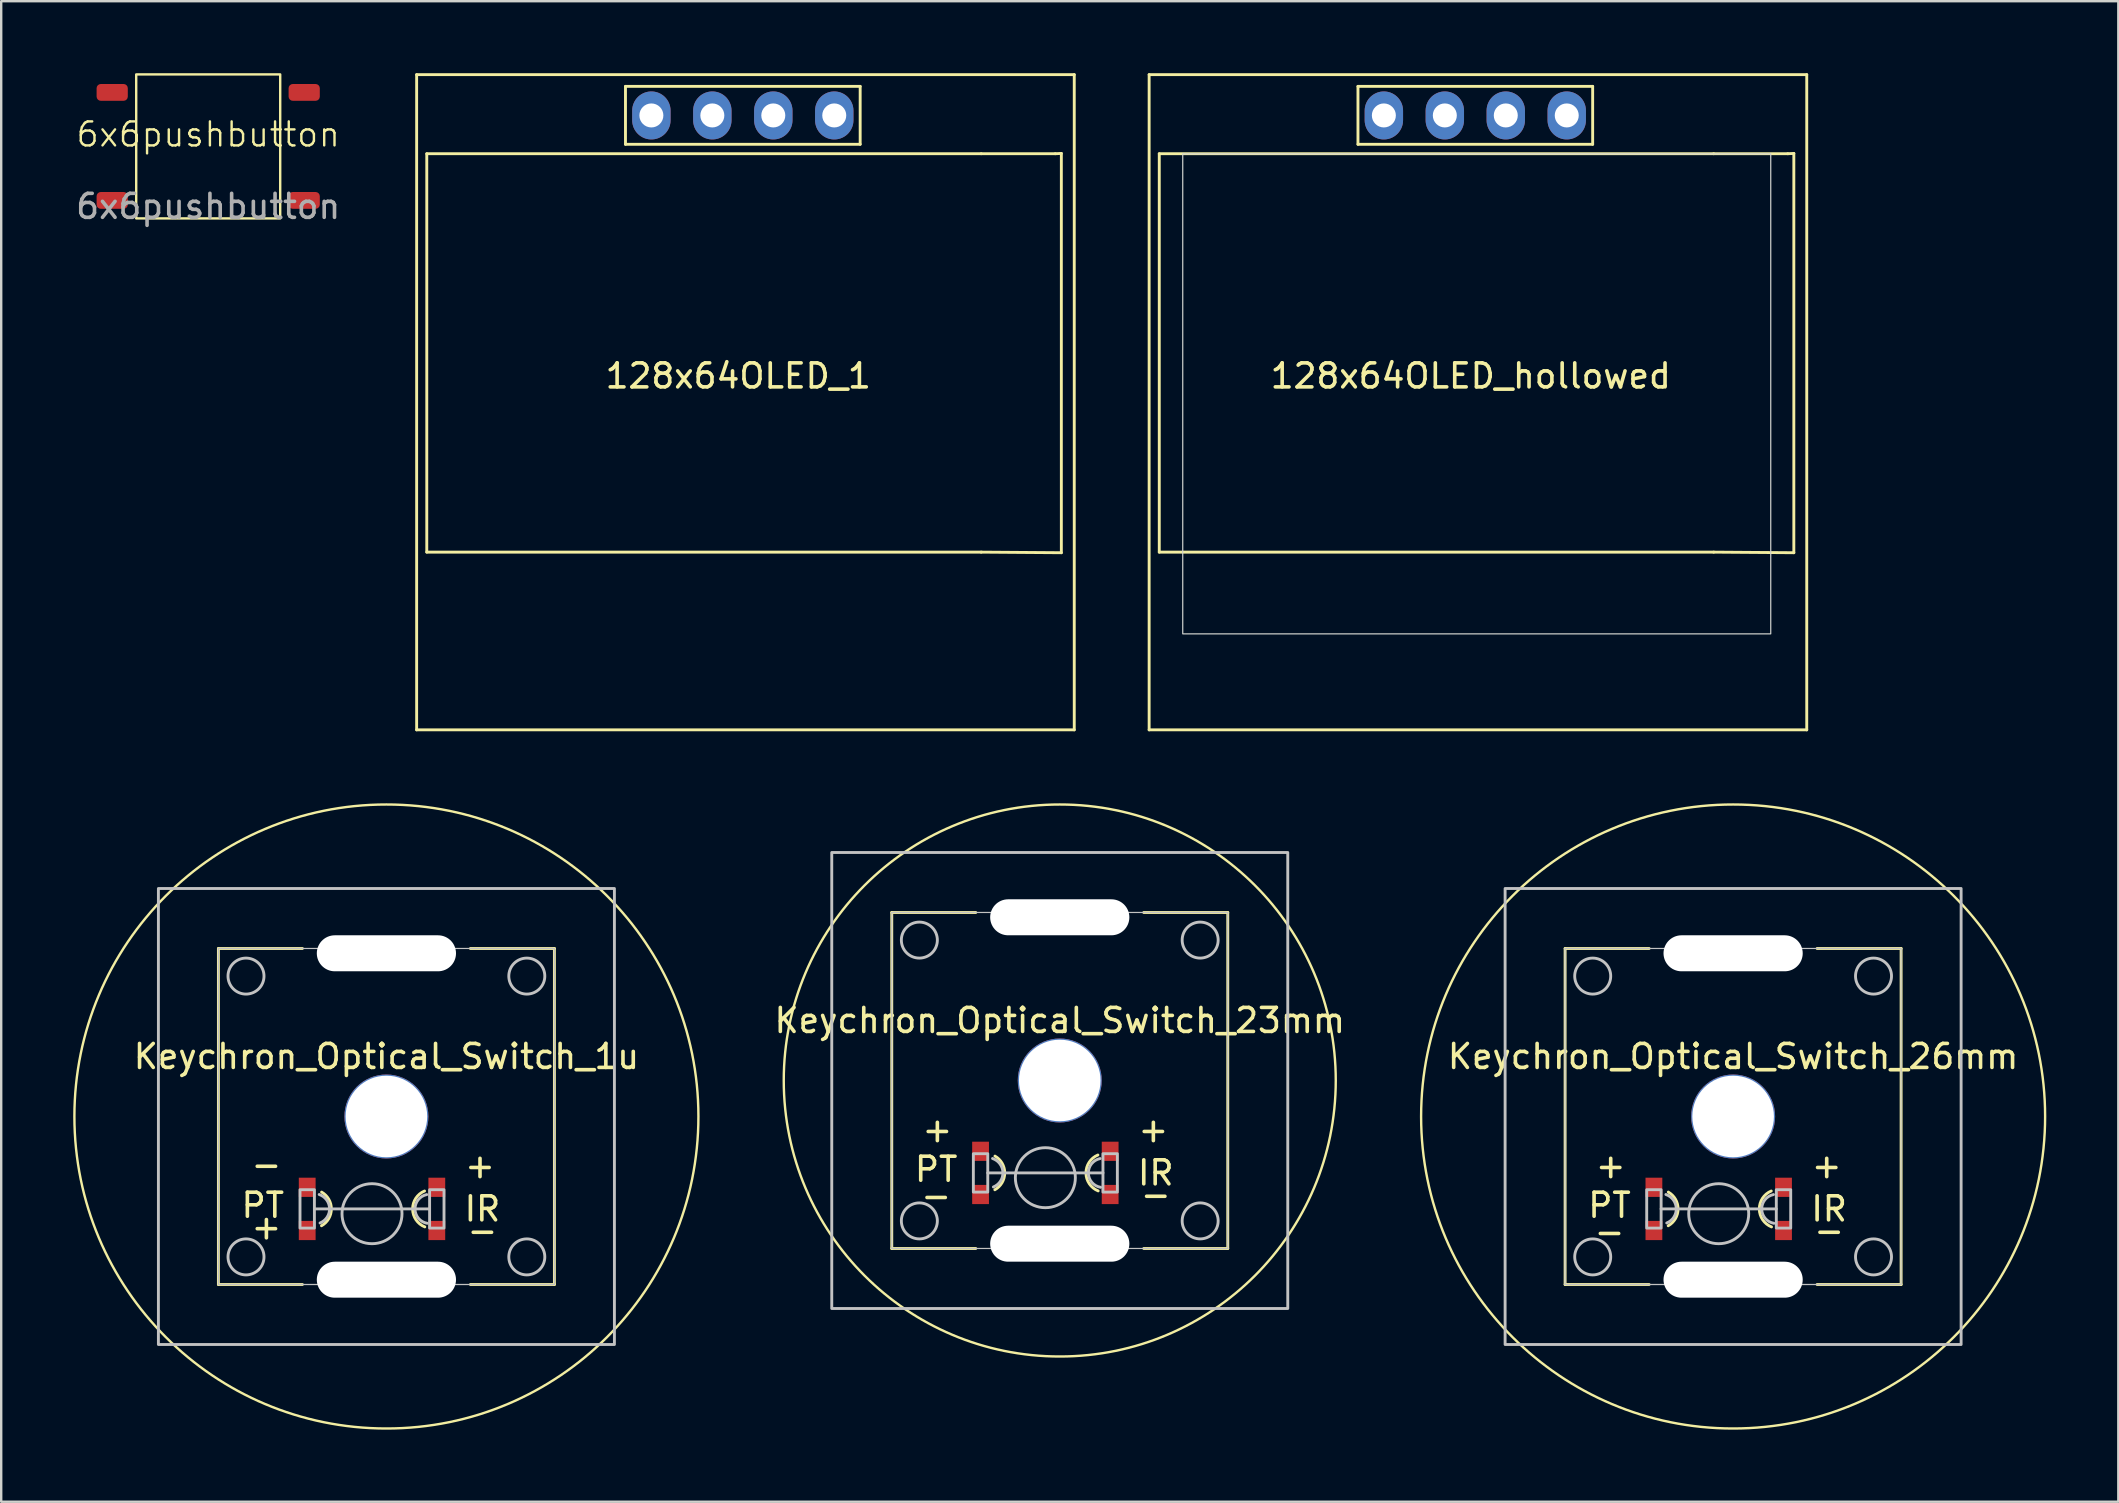
<source format=kicad_pcb>
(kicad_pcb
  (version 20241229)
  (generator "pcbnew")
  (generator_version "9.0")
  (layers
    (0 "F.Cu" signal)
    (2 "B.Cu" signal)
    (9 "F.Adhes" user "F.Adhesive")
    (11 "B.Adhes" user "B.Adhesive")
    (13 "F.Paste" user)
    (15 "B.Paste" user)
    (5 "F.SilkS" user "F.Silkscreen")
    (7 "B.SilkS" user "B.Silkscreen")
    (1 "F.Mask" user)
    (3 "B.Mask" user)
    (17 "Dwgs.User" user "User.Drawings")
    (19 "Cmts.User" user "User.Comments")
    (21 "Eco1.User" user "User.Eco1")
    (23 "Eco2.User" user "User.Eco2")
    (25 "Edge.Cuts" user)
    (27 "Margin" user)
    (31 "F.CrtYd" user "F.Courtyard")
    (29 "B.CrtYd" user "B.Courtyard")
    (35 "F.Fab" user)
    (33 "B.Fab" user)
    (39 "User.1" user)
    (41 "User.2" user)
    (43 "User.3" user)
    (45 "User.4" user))
  (footprint "Keychron_Optical_Switch_23mm"
    (layer "F.Cu")
    (at 41.106 41.97)
    (property "Reference" "Keychron_Optical_Switch_23mm" (at 0 -2.5 0) (unlocked yes) (layer "F.SilkS") (effects (font (size 1 1) (thickness 0.15))))
    (fp_line (start -7 -7) (end -7 7) (stroke (width 0.12) (type solid)) (layer "F.SilkS"))
    (fp_line (start -7 -7) (end -3.5 -7) (stroke (width 0.12) (type solid)) (layer "F.SilkS"))
    (fp_line (start -7 7) (end -3.5 7) (stroke (width 0.12) (type solid)) (layer "F.SilkS"))
    (fp_line (start 7 -7) (end 3.5 -7) (stroke (width 0.12) (type solid)) (layer "F.SilkS"))
    (fp_line (start 7 7) (end 3.5 7) (stroke (width 0.12) (type solid)) (layer "F.SilkS"))
    (fp_line (start 7 7) (end 7 -7) (stroke (width 0.12) (type solid)) (layer "F.SilkS"))
    (fp_arc (start -2.7 3.150001) (mid -2.29378 3.852724) (end -2.704739 4.552686) (stroke (width 0.12) (type solid)) (layer "F.SilkS"))
    (fp_arc (start 1.6 4.599999) (mid 1.092247 3.855769) (end 1.589318 3.104362) (stroke (width 0.12) (type solid)) (layer "F.SilkS"))
    (fp_circle (center 0 0) (end 11.5 0) (stroke (width 0.1) (type default)) (fill no) (layer "F.SilkS"))
    (fp_line (start -7 -7) (end 7 -7) (stroke (width 0.05) (type solid)) (layer "Dwgs.User"))
    (fp_line (start -7 7) (end -7 -7) (stroke (width 0.05) (type solid)) (layer "Dwgs.User"))
    (fp_line (start 1.8 3.85) (end -3 3.85) (stroke (width 0.12) (type solid)) (layer "Dwgs.User"))
    (fp_line (start 7 -7) (end 7 7) (stroke (width 0.05) (type solid)) (layer "Dwgs.User"))
    (fp_line (start 7 7) (end -7 7) (stroke (width 0.05) (type solid)) (layer "Dwgs.User"))
    (fp_rect (start -9.5 9.5) (end 9.5 -9.5) (stroke (width 0.12) (type solid)) (fill no) (layer "Dwgs.User"))
    (fp_rect (start -3 3.05) (end -3.6 4.65) (stroke (width 0.12) (type solid)) (fill no) (layer "Dwgs.User"))
    (fp_rect (start 2.4 3.05) (end 1.8 4.65) (stroke (width 0.12) (type solid)) (fill no) (layer "Dwgs.User"))
    (fp_arc (start -2.8 3.250001) (mid -2.367818 3.831423) (end -2.765112 4.43722) (stroke (width 0.12) (type solid)) (layer "Dwgs.User"))
    (fp_arc (start 1.7 4.45) (mid 1.191803 3.859807) (end 1.680707 3.253536) (stroke (width 0.12) (type solid)) (layer "Dwgs.User"))
    (fp_circle (center -5.85 -5.85) (end -5.1 -5.85) (stroke (width 0.12) (type solid)) (fill no) (layer "Dwgs.User"))
    (fp_circle (center -5.85 5.85) (end -5.1 5.85) (stroke (width 0.12) (type solid)) (fill no) (layer "Dwgs.User"))
    (fp_circle (center -0.6 4.05) (end 0.65 4.05) (stroke (width 0.12) (type solid)) (fill no) (layer "Dwgs.User"))
    (fp_circle (center 5.85 -5.85) (end 6.6 -5.85) (stroke (width 0.12) (type solid)) (fill no) (layer "Dwgs.User"))
    (fp_circle (center 5.85 5.85) (end 6.6 5.85) (stroke (width 0.12) (type solid)) (fill no) (layer "Dwgs.User"))
    (fp_rect (start -0.8 -5.55) (end 0.8 -4.05) (stroke (width 0.12) (type solid)) (fill no) (layer "User.2"))
    (fp_circle (center 0 -4.8) (end 0.75 -4.8) (stroke (width 0.12) (type solid)) (fill no) (layer "User.2"))
    (fp_text user "PT" (at -5.15 3.7 0) (unlocked yes) (layer "F.SilkS") (effects (font (size 1 1) (thickness 0.15))))
    (fp_text user "-" (at -5.15 4.8 0) (unlocked yes) (layer "F.SilkS") (effects (font (size 1 1) (thickness 0.15))))
    (fp_text user "-" (at 4 4.75 0) (unlocked yes) (layer "F.SilkS") (effects (font (size 1 1) (thickness 0.15))))
    (fp_text user "+" (at 3.9 2.05 0) (unlocked yes) (layer "F.SilkS") (effects (font (size 1 1) (thickness 0.15))))
    (fp_text user "IR" (at 4 3.85 0) (unlocked yes) (layer "F.SilkS") (effects (font (size 1 1) (thickness 0.15))))
    (fp_text user "+" (at -5.1 2.05 0) (unlocked yes) (layer "F.SilkS") (effects (font (size 1 1) (thickness 0.15))))
    (pad "" np_thru_hole oval (at 0 -6.8) (size 5.8 1.5) (drill oval 5.8 1.5) (layers "*.Cu" "*.Mask"))
    (pad "" np_thru_hole circle (at 0 0) (size 3.5 3.5) (drill 3.4) (layers "*.Cu" "*.Mask"))
    (pad "" np_thru_hole oval (at 0 6.8) (size 5.8 1.5) (drill oval 5.8 1.5) (layers "*.Cu" "*.Mask"))
    (pad "1" smd rect (at 2.1 2.95) (size 0.7 0.8) (layers "F.Cu" "F.Mask" "F.Paste"))
    (pad "2" smd rect (at 2.1 4.75) (size 0.7 0.8) (layers "F.Cu" "F.Mask" "F.Paste"))
    (pad "3" smd rect (at -3.3 4.75) (size 0.7 0.8) (layers "F.Cu" "F.Mask" "F.Paste"))
    (pad "4" smd rect (at -3.3 2.95) (size 0.7 0.8) (layers "F.Cu" "F.Mask" "F.Paste")))
  (footprint "128x64OLED_hollowed"
    (layer "F.Cu")
    (at 58.23 12.36)
    (property "Reference" "128x64OLED_hollowed" (at 0 0.254 0) (layer "F.SilkS") (effects (font (size 1 1) (thickness 0.15))))
    (attr through_hole)
    (fp_line (start -13.4 -12.3) (end 14 -12.3) (stroke (width 0.12) (type solid)) (layer "F.SilkS"))
    (fp_line (start -13.4 15) (end -13.4 -12.3) (stroke (width 0.12) (type solid)) (layer "F.SilkS"))
    (fp_line (start -12.978 -9.005) (end 10.122 -9.005) (stroke (width 0.12) (type solid)) (layer "F.SilkS"))
    (fp_line (start -12.978 7.595) (end -12.978 -9.005) (stroke (width 0.12) (type solid)) (layer "F.SilkS"))
    (fp_line (start -4.699 -11.811) (end -4.699 -9.398) (stroke (width 0.12) (type solid)) (layer "F.SilkS"))
    (fp_line (start -4.699 -11.811) (end 5.08 -11.811) (stroke (width 0.12) (type solid)) (layer "F.SilkS"))
    (fp_line (start 5.08 -11.811) (end 5.08 -9.398) (stroke (width 0.12) (type solid)) (layer "F.SilkS"))
    (fp_line (start 5.08 -9.398) (end -4.699 -9.398) (stroke (width 0.12) (type solid)) (layer "F.SilkS"))
    (fp_line (start 10.122 -9.005) (end 13.208 -9.005) (stroke (width 0.12) (type solid)) (layer "F.SilkS"))
    (fp_line (start 10.122 7.595) (end -12.978 7.595) (stroke (width 0.12) (type solid)) (layer "F.SilkS"))
    (fp_line (start 10.122 7.595) (end 13.462 7.62) (stroke (width 0.12) (type solid)) (layer "F.SilkS"))
    (fp_line (start 13.462 -9.017) (end 13.208 -9.005) (stroke (width 0.12) (type solid)) (layer "F.SilkS"))
    (fp_line (start 13.462 7.62) (end 13.462 -9.017) (stroke (width 0.12) (type solid)) (layer "F.SilkS"))
    (fp_line (start 14 -12.3) (end 14 15) (stroke (width 0.12) (type solid)) (layer "F.SilkS"))
    (fp_line (start 14 15) (end -13.4 15) (stroke (width 0.12) (type solid)) (layer "F.SilkS"))
    (fp_rect (start -12 -9) (end 12.5 11) (stroke (width 0.05) (type default)) (fill no) (layer "Edge.Cuts"))
    (pad "1" thru_hole oval (at -3.62 -10.6 90) (size 2 1.6) (drill 1) (layers "*.Cu" "*.Mask"))
    (pad "2" thru_hole oval (at -1.08 -10.6 90) (size 2 1.6) (drill 1) (layers "*.Cu" "*.Mask"))
    (pad "3" thru_hole oval (at 1.46 -10.6 90) (size 2 1.6) (drill 1) (layers "*.Cu" "*.Mask"))
    (pad "4" thru_hole oval (at 4 -10.6 90) (size 2 1.6) (drill 1) (layers "*.Cu" "*.Mask")))
  (footprint "Keychron_Optical_Switch_26mm"
    (layer "F.Cu")
    (at 69.162 43.47)
    (property "Reference" "Keychron_Optical_Switch_26mm" (at 0 -2.5 0) (unlocked yes) (layer "F.SilkS") (effects (font (size 1 1) (thickness 0.15))))
    (fp_line (start -7 -7) (end -7 7) (stroke (width 0.12) (type solid)) (layer "F.SilkS"))
    (fp_line (start -7 -7) (end -3.5 -7) (stroke (width 0.12) (type solid)) (layer "F.SilkS"))
    (fp_line (start -7 7) (end -3.5 7) (stroke (width 0.12) (type solid)) (layer "F.SilkS"))
    (fp_line (start 7 -7) (end 3.5 -7) (stroke (width 0.12) (type solid)) (layer "F.SilkS"))
    (fp_line (start 7 7) (end 3.5 7) (stroke (width 0.12) (type solid)) (layer "F.SilkS"))
    (fp_line (start 7 7) (end 7 -7) (stroke (width 0.12) (type solid)) (layer "F.SilkS"))
    (fp_arc (start -2.7 3.150001) (mid -2.29378 3.852724) (end -2.704739 4.552686) (stroke (width 0.12) (type solid)) (layer "F.SilkS"))
    (fp_arc (start 1.6 4.599999) (mid 1.092247 3.855769) (end 1.589318 3.104362) (stroke (width 0.12) (type solid)) (layer "F.SilkS"))
    (fp_circle (center 0 0) (end 13 0) (stroke (width 0.1) (type default)) (fill no) (layer "F.SilkS"))
    (fp_line (start -7 -7) (end 7 -7) (stroke (width 0.05) (type solid)) (layer "Dwgs.User"))
    (fp_line (start -7 7) (end -7 -7) (stroke (width 0.05) (type solid)) (layer "Dwgs.User"))
    (fp_line (start 1.8 3.85) (end -3 3.85) (stroke (width 0.12) (type solid)) (layer "Dwgs.User"))
    (fp_line (start 7 -7) (end 7 7) (stroke (width 0.05) (type solid)) (layer "Dwgs.User"))
    (fp_line (start 7 7) (end -7 7) (stroke (width 0.05) (type solid)) (layer "Dwgs.User"))
    (fp_rect (start -9.5 9.5) (end 9.5 -9.5) (stroke (width 0.12) (type solid)) (fill no) (layer "Dwgs.User"))
    (fp_rect (start -3 3.05) (end -3.6 4.65) (stroke (width 0.12) (type solid)) (fill no) (layer "Dwgs.User"))
    (fp_rect (start 2.4 3.05) (end 1.8 4.65) (stroke (width 0.12) (type solid)) (fill no) (layer "Dwgs.User"))
    (fp_arc (start -2.8 3.250001) (mid -2.367818 3.831423) (end -2.765112 4.43722) (stroke (width 0.12) (type solid)) (layer "Dwgs.User"))
    (fp_arc (start 1.7 4.45) (mid 1.191803 3.859807) (end 1.680707 3.253536) (stroke (width 0.12) (type solid)) (layer "Dwgs.User"))
    (fp_circle (center -5.85 -5.85) (end -5.1 -5.85) (stroke (width 0.12) (type solid)) (fill no) (layer "Dwgs.User"))
    (fp_circle (center -5.85 5.85) (end -5.1 5.85) (stroke (width 0.12) (type solid)) (fill no) (layer "Dwgs.User"))
    (fp_circle (center -0.6 4.05) (end 0.65 4.05) (stroke (width 0.12) (type solid)) (fill no) (layer "Dwgs.User"))
    (fp_circle (center 5.85 -5.85) (end 6.6 -5.85) (stroke (width 0.12) (type solid)) (fill no) (layer "Dwgs.User"))
    (fp_circle (center 5.85 5.85) (end 6.6 5.85) (stroke (width 0.12) (type solid)) (fill no) (layer "Dwgs.User"))
    (fp_rect (start -0.8 -5.55) (end 0.8 -4.05) (stroke (width 0.12) (type solid)) (fill no) (layer "User.2"))
    (fp_circle (center 0 -4.8) (end 0.75 -4.8) (stroke (width 0.12) (type solid)) (fill no) (layer "User.2"))
    (fp_text user "-" (at 4 4.75 0) (unlocked yes) (layer "F.SilkS") (effects (font (size 1 1) (thickness 0.15))))
    (fp_text user "+" (at -5.1 2.05 0) (unlocked yes) (layer "F.SilkS") (effects (font (size 1 1) (thickness 0.15))))
    (fp_text user "-" (at -5.15 4.8 0) (unlocked yes) (layer "F.SilkS") (effects (font (size 1 1) (thickness 0.15))))
    (fp_text user "PT" (at -5.15 3.7 0) (unlocked yes) (layer "F.SilkS") (effects (font (size 1 1) (thickness 0.15))))
    (fp_text user "+" (at 3.9 2.05 0) (unlocked yes) (layer "F.SilkS") (effects (font (size 1 1) (thickness 0.15))))
    (fp_text user "IR" (at 4 3.85 0) (unlocked yes) (layer "F.SilkS") (effects (font (size 1 1) (thickness 0.15))))
    (pad "" np_thru_hole oval (at 0 -6.8) (size 5.8 1.5) (drill oval 5.8 1.5) (layers "*.Cu" "*.Mask"))
    (pad "" np_thru_hole circle (at 0 0) (size 3.5 3.5) (drill 3.4) (layers "*.Cu" "*.Mask"))
    (pad "" np_thru_hole oval (at 0 6.8) (size 5.8 1.5) (drill oval 5.8 1.5) (layers "*.Cu" "*.Mask"))
    (pad "1" smd rect (at 2.1 2.95) (size 0.7 0.8) (layers "F.Cu" "F.Mask" "F.Paste"))
    (pad "2" smd rect (at 2.1 4.75) (size 0.7 0.8) (layers "F.Cu" "F.Mask" "F.Paste"))
    (pad "3" smd rect (at -3.3 4.75) (size 0.7 0.8) (layers "F.Cu" "F.Mask" "F.Paste"))
    (pad "4" smd rect (at -3.3 2.95) (size 0.7 0.8) (layers "F.Cu" "F.Mask" "F.Paste")))
  (footprint "128x64OLED_1"
    (layer "F.Cu")
    (at 27.71 12.36)
    (property "Reference" "128x64OLED_1" (at 0 0.254 0) (layer "F.SilkS") (effects (font (size 1 1) (thickness 0.15))))
    (attr through_hole)
    (fp_line (start -13.4 -12.3) (end 14 -12.3) (stroke (width 0.12) (type solid)) (layer "F.SilkS"))
    (fp_line (start -13.4 15) (end -13.4 -12.3) (stroke (width 0.12) (type solid)) (layer "F.SilkS"))
    (fp_line (start -12.978 -9.005) (end 10.122 -9.005) (stroke (width 0.12) (type solid)) (layer "F.SilkS"))
    (fp_line (start -12.978 7.595) (end -12.978 -9.005) (stroke (width 0.12) (type solid)) (layer "F.SilkS"))
    (fp_line (start -4.699 -11.811) (end -4.699 -9.398) (stroke (width 0.12) (type solid)) (layer "F.SilkS"))
    (fp_line (start -4.699 -11.811) (end 5.08 -11.811) (stroke (width 0.12) (type solid)) (layer "F.SilkS"))
    (fp_line (start 5.08 -11.811) (end 5.08 -9.398) (stroke (width 0.12) (type solid)) (layer "F.SilkS"))
    (fp_line (start 5.08 -9.398) (end -4.699 -9.398) (stroke (width 0.12) (type solid)) (layer "F.SilkS"))
    (fp_line (start 10.122 -9.005) (end 13.208 -9.005) (stroke (width 0.12) (type solid)) (layer "F.SilkS"))
    (fp_line (start 10.122 7.595) (end -12.978 7.595) (stroke (width 0.12) (type solid)) (layer "F.SilkS"))
    (fp_line (start 10.122 7.595) (end 13.462 7.62) (stroke (width 0.12) (type solid)) (layer "F.SilkS"))
    (fp_line (start 13.462 -9.017) (end 13.208 -9.005) (stroke (width 0.12) (type solid)) (layer "F.SilkS"))
    (fp_line (start 13.462 7.62) (end 13.462 -9.017) (stroke (width 0.12) (type solid)) (layer "F.SilkS"))
    (fp_line (start 14 -12.3) (end 14 15) (stroke (width 0.12) (type solid)) (layer "F.SilkS"))
    (fp_line (start 14 15) (end -13.4 15) (stroke (width 0.12) (type solid)) (layer "F.SilkS"))
    (pad "1" thru_hole oval (at -3.62 -10.6 90) (size 2 1.6) (drill 1) (layers "*.Cu" "*.Mask"))
    (pad "2" thru_hole oval (at -1.08 -10.6 90) (size 2 1.6) (drill 1) (layers "*.Cu" "*.Mask"))
    (pad "3" thru_hole oval (at 1.46 -10.6 90) (size 2 1.6) (drill 1) (layers "*.Cu" "*.Mask"))
    (pad "4" thru_hole oval (at 4 -10.6 90) (size 2 1.6) (drill 1) (layers "*.Cu" "*.Mask")))
  (footprint "6x6pushbutton"
    (layer "F.Cu")
    (at 5.625 3.05)
    (property "Reference" "6x6pushbutton" (at 0 -0.5 0) (unlocked yes) (layer "F.SilkS") (effects (font (size 1 1) (thickness 0.1))))
    (attr smd)
    (fp_rect (start -3 -3) (end 3 3) (stroke (width 0.1) (type default)) (fill no) (layer "F.SilkS"))
    (fp_text user "${REFERENCE}" (at 0 2.5 0) (unlocked yes) (layer "F.Fab") (effects (font (size 1 1) (thickness 0.15))))
    (pad "1" smd roundrect (at -4 -2.25) (size 1.3 0.7) (layers "F.Cu" "F.Mask" "F.Paste") (roundrect_rratio 0.25))
    (pad "2" smd roundrect (at 4 -2.25) (size 1.3 0.7) (layers "F.Cu" "F.Mask" "F.Paste") (roundrect_rratio 0.25))
    (pad "3" smd roundrect (at -4 2.25) (size 1.3 0.7) (layers "F.Cu" "F.Mask" "F.Paste") (roundrect_rratio 0.25))
    (pad "4" smd roundrect (at 4 2.25) (size 1.3 0.7) (layers "F.Cu" "F.Mask" "F.Paste") (roundrect_rratio 0.25)))
  (footprint "Keychron_Optical_Switch_1u"
    (layer "F.Cu")
    (at 13.05 43.47)
    (property "Reference" "Keychron_Optical_Switch_1u" (at 0 -2.5 0) (unlocked yes) (layer "F.SilkS") (effects (font (size 1 1) (thickness 0.15))))
    (fp_line (start -7 -7) (end -7 7) (stroke (width 0.12) (type solid)) (layer "F.SilkS"))
    (fp_line (start -7 -7) (end -3.5 -7) (stroke (width 0.12) (type solid)) (layer "F.SilkS"))
    (fp_line (start -7 7) (end -3.5 7) (stroke (width 0.12) (type solid)) (layer "F.SilkS"))
    (fp_line (start 7 -7) (end 3.5 -7) (stroke (width 0.12) (type solid)) (layer "F.SilkS"))
    (fp_line (start 7 7) (end 3.5 7) (stroke (width 0.12) (type solid)) (layer "F.SilkS"))
    (fp_line (start 7 7) (end 7 -7) (stroke (width 0.12) (type solid)) (layer "F.SilkS"))
    (fp_arc (start -2.7 3.150001) (mid -2.29378 3.852724) (end -2.704739 4.552686) (stroke (width 0.12) (type solid)) (layer "F.SilkS"))
    (fp_arc (start 1.6 4.599999) (mid 1.092247 3.855769) (end 1.589318 3.104362) (stroke (width 0.12) (type solid)) (layer "F.SilkS"))
    (fp_circle (center 0 0) (end 13 0) (stroke (width 0.1) (type default)) (fill no) (layer "F.SilkS"))
    (fp_line (start -7 -7) (end 7 -7) (stroke (width 0.05) (type solid)) (layer "Dwgs.User"))
    (fp_line (start -7 7) (end -7 -7) (stroke (width 0.05) (type solid)) (layer "Dwgs.User"))
    (fp_line (start 1.8 3.85) (end -3 3.85) (stroke (width 0.12) (type solid)) (layer "Dwgs.User"))
    (fp_line (start 7 -7) (end 7 7) (stroke (width 0.05) (type solid)) (layer "Dwgs.User"))
    (fp_line (start 7 7) (end -7 7) (stroke (width 0.05) (type solid)) (layer "Dwgs.User"))
    (fp_rect (start -9.5 9.5) (end 9.5 -9.5) (stroke (width 0.12) (type solid)) (fill no) (layer "Dwgs.User"))
    (fp_rect (start -3 3.05) (end -3.6 4.65) (stroke (width 0.12) (type solid)) (fill no) (layer "Dwgs.User"))
    (fp_rect (start 2.4 3.05) (end 1.8 4.65) (stroke (width 0.12) (type solid)) (fill no) (layer "Dwgs.User"))
    (fp_arc (start -2.8 3.250001) (mid -2.367818 3.831423) (end -2.765112 4.43722) (stroke (width 0.12) (type solid)) (layer "Dwgs.User"))
    (fp_arc (start 1.7 4.45) (mid 1.191803 3.859807) (end 1.680707 3.253536) (stroke (width 0.12) (type solid)) (layer "Dwgs.User"))
    (fp_circle (center -5.85 -5.85) (end -5.1 -5.85) (stroke (width 0.12) (type solid)) (fill no) (layer "Dwgs.User"))
    (fp_circle (center -5.85 5.85) (end -5.1 5.85) (stroke (width 0.12) (type solid)) (fill no) (layer "Dwgs.User"))
    (fp_circle (center -0.6 4.05) (end 0.65 4.05) (stroke (width 0.12) (type solid)) (fill no) (layer "Dwgs.User"))
    (fp_circle (center 5.85 -5.85) (end 6.6 -5.85) (stroke (width 0.12) (type solid)) (fill no) (layer "Dwgs.User"))
    (fp_circle (center 5.85 5.85) (end 6.6 5.85) (stroke (width 0.12) (type solid)) (fill no) (layer "Dwgs.User"))
    (fp_rect (start -0.8 -5.55) (end 0.8 -4.05) (stroke (width 0.12) (type solid)) (fill no) (layer "User.2"))
    (fp_circle (center 0 -4.8) (end 0.75 -4.8) (stroke (width 0.12) (type solid)) (fill no) (layer "User.2"))
    (fp_text user "PT" (at -5.15 3.7 0) (unlocked yes) (layer "F.SilkS") (effects (font (size 1 1) (thickness 0.15))))
    (fp_text user "IR" (at 4 3.85 0) (unlocked yes) (layer "F.SilkS") (effects (font (size 1 1) (thickness 0.15))))
    (fp_text user "+" (at -5 4.6 0) (unlocked yes) (layer "F.SilkS") (effects (font (size 1 1) (thickness 0.15))))
    (fp_text user "+" (at 3.9 2.05 0) (unlocked yes) (layer "F.SilkS") (effects (font (size 1 1) (thickness 0.15))))
    (fp_text user "-" (at 4 4.75 0) (unlocked yes) (layer "F.SilkS") (effects (font (size 1 1) (thickness 0.15))))
    (fp_text user "-" (at -5 2 0) (unlocked yes) (layer "F.SilkS") (effects (font (size 1 1) (thickness 0.15))))
    (pad "" np_thru_hole oval (at 0 -6.8) (size 5.8 1.5) (drill oval 5.8 1.5) (layers "*.Cu" "*.Mask"))
    (pad "" np_thru_hole circle (at 0 0) (size 3.5 3.5) (drill 3.4) (layers "*.Cu" "*.Mask"))
    (pad "" np_thru_hole oval (at 0 6.8) (size 5.8 1.5) (drill oval 5.8 1.5) (layers "*.Cu" "*.Mask"))
    (pad "1" smd rect (at 2.1 2.95) (size 0.7 0.8) (layers "F.Cu" "F.Mask" "F.Paste"))
    (pad "2" smd rect (at 2.1 4.75) (size 0.7 0.8) (layers "F.Cu" "F.Mask" "F.Paste"))
    (pad "3" smd rect (at -3.3 4.75) (size 0.7 0.8) (layers "F.Cu" "F.Mask" "F.Paste"))
    (pad "4" smd rect (at -3.3 2.95) (size 0.7 0.8) (layers "F.Cu" "F.Mask" "F.Paste")))
  (gr_rect
    (start -3 -3)
    (end 85.212 59.52)
    (stroke (width 0.1) (type default))
    (fill no)
    (layer "Edge.Cuts")))
</source>
